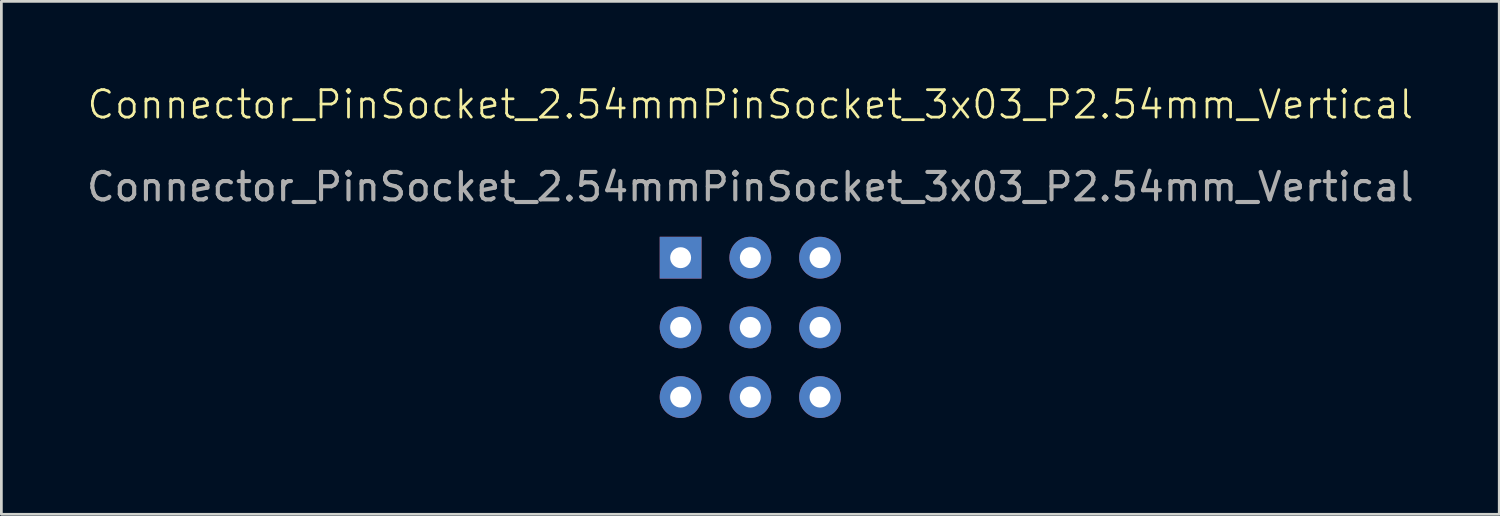
<source format=kicad_pcb>
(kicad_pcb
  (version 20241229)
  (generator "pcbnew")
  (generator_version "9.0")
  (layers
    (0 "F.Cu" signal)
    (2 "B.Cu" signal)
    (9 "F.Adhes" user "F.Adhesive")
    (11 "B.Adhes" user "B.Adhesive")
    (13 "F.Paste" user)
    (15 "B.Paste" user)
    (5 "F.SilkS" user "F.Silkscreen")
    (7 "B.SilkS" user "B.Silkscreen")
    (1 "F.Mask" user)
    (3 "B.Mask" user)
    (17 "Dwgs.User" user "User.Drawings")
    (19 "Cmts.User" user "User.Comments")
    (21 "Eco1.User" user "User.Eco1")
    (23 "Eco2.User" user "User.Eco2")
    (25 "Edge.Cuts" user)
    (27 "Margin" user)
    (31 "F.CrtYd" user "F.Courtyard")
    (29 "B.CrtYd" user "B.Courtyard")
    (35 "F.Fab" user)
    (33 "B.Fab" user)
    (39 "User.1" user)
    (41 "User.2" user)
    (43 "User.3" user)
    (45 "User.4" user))
  (footprint "Connector_PinSocket_2.54mmPinSocket_3x03_P2.54mm_Vertical"
    (layer "F.Cu")
    (at 24.292 1.26)
    (property "Reference" "Connector_PinSocket_2.54mmPinSocket_3x03_P2.54mm_Vertical" (at 0 -0.5 0) (unlocked yes) (layer "F.SilkS") (effects (font (size 1 1) (thickness 0.1))))
    (attr through_hole)
    (fp_text user "${REFERENCE}" (at 0 2.5 0) (unlocked yes) (layer "F.Fab") (effects (font (size 1 1) (thickness 0.15))))
    (pad "1" thru_hole rect (at -2.54 5.08) (size 1.524 1.524) (drill 0.762) (layers "*.Cu" "*.Mask"))
    (pad "2" thru_hole circle (at 0 5.08) (size 1.524 1.524) (drill 0.762) (layers "*.Cu" "*.Mask"))
    (pad "3" thru_hole circle (at 2.54 5.08) (size 1.524 1.524) (drill 0.762) (layers "*.Cu" "*.Mask"))
    (pad "4" thru_hole circle (at -2.54 7.62) (size 1.524 1.524) (drill 0.762) (layers "*.Cu" "*.Mask"))
    (pad "5" thru_hole circle (at 0 7.62) (size 1.524 1.524) (drill 0.762) (layers "*.Cu" "*.Mask"))
    (pad "6" thru_hole circle (at 2.54 7.62) (size 1.524 1.524) (drill 0.762) (layers "*.Cu" "*.Mask"))
    (pad "7" thru_hole circle (at -2.54 10.16) (size 1.524 1.524) (drill 0.762) (layers "*.Cu" "*.Mask"))
    (pad "8" thru_hole circle (at 0 10.16) (size 1.524 1.524) (drill 0.762) (layers "*.Cu" "*.Mask"))
    (pad "9" thru_hole circle (at 2.54 10.16) (size 1.524 1.524) (drill 0.762) (layers "*.Cu" "*.Mask"))
    (zone (net_name "") (layer "F.SilkS") (hatch edge 0.5) (connect_pads) (min_thickness 0.25) (filled_areas_thickness no) (keepout (tracks allowed) (vias not_allowed) (pads allowed) (copperpour allowed) (footprints not_allowed)) (placement (enabled no)) (fill) (polygon (pts (xy 20.482 5.071) (xy 20.482 12.691) (xy 28.102 12.691) (xy 28.102 5.071)))))
  (gr_rect
    (start -3 -3)
    (end 51.583 15.691)
    (stroke (width 0.1) (type default))
    (fill no)
    (layer "Edge.Cuts")))
</source>
